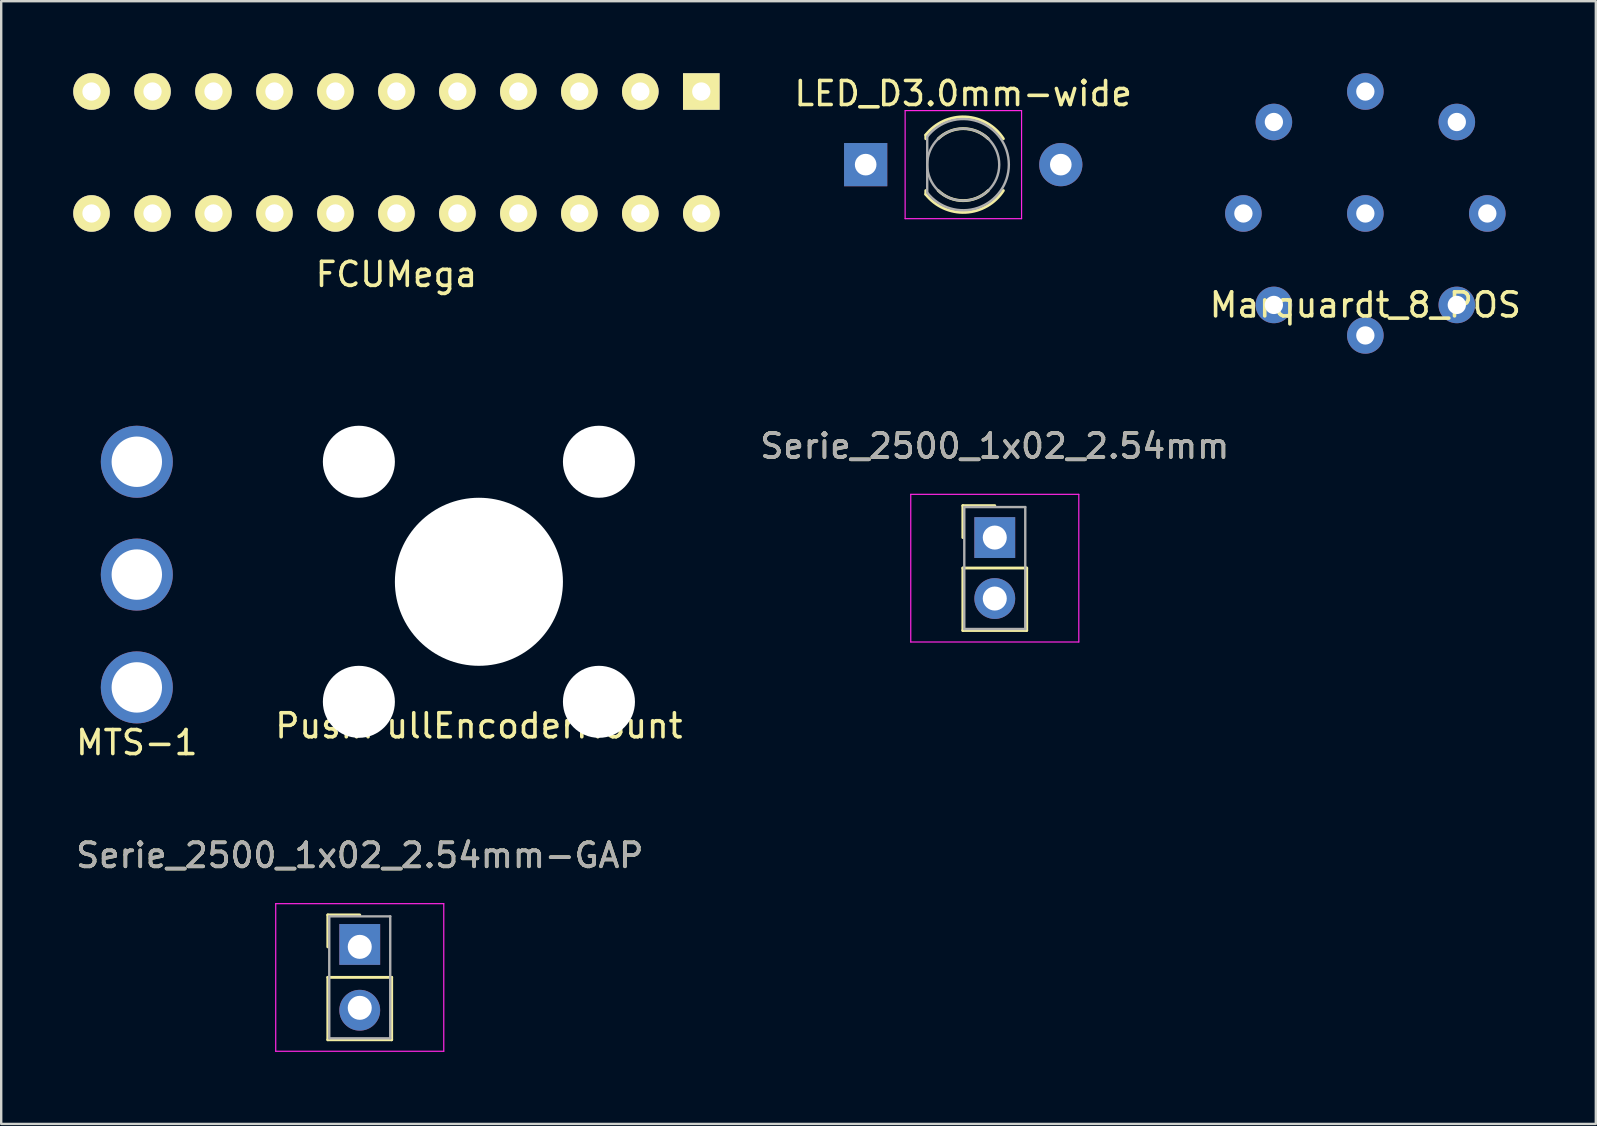
<source format=kicad_pcb>
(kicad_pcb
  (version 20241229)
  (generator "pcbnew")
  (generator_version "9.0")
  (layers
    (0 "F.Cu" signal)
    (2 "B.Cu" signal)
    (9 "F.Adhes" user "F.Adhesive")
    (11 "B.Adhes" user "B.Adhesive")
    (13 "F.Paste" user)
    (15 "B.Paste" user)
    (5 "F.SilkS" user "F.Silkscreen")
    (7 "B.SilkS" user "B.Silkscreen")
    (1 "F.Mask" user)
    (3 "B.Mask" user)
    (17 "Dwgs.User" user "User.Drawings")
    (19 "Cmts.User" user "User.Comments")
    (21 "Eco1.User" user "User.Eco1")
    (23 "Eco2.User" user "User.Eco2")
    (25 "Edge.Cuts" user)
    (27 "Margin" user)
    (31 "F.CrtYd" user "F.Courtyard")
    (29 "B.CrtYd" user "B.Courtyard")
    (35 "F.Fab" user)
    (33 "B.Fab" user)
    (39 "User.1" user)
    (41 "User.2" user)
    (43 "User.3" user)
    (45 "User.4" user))
  (footprint "Serie_2500_1x02_2.54mm-GAP"
    (layer "F.Cu")
    (at 11.935 36.391)
    (property "Reference" "Serie_2500_1x02_2.54mm-GAP" (at 0 -3.81 0) (layer "F.SilkS") (effects (font (size 1 1) (thickness 0.15))))
    (attr through_hole)
    (fp_line (start -1.33 -1.33) (end 0 -1.33) (stroke (width 0.12) (type solid)) (layer "F.SilkS"))
    (fp_line (start -1.33 0) (end -1.33 -1.33) (stroke (width 0.12) (type solid)) (layer "F.SilkS"))
    (fp_line (start -1.33 1.27) (end -1.33 3.87) (stroke (width 0.12) (type solid)) (layer "F.SilkS"))
    (fp_line (start -1.33 3.87) (end 1.33 3.87) (stroke (width 0.12) (type solid)) (layer "F.SilkS"))
    (fp_line (start 1.33 1.27) (end -1.33 1.27) (stroke (width 0.12) (type solid)) (layer "F.SilkS"))
    (fp_line (start 1.33 3.87) (end 1.33 1.27) (stroke (width 0.12) (type solid)) (layer "F.SilkS"))
    (fp_line (start -3.5 -1.8) (end -3.5 4.35) (stroke (width 0.05) (type solid)) (layer "F.CrtYd"))
    (fp_line (start -3.5 4.35) (end 3.5 4.35) (stroke (width 0.05) (type solid)) (layer "F.CrtYd"))
    (fp_line (start 3.5 -1.8) (end -3.5 -1.8) (stroke (width 0.05) (type solid)) (layer "F.CrtYd"))
    (fp_line (start 3.5 4.35) (end 3.5 -1.8) (stroke (width 0.05) (type solid)) (layer "F.CrtYd"))
    (fp_line (start -1.27 -1.27) (end -1.27 3.81) (stroke (width 0.1) (type solid)) (layer "F.Fab"))
    (fp_line (start -1.27 3.81) (end 1.27 3.81) (stroke (width 0.1) (type solid)) (layer "F.Fab"))
    (fp_line (start 1.27 -1.27) (end -1.27 -1.27) (stroke (width 0.1) (type solid)) (layer "F.Fab"))
    (fp_line (start 1.27 3.81) (end 1.27 -1.27) (stroke (width 0.1) (type solid)) (layer "F.Fab"))
    (fp_text user "${REFERENCE}" (at 0 -3.81 0) (layer "F.Fab") (effects (font (size 1 1) (thickness 0.15))))
    (pad "1" thru_hole rect (at 0 0) (size 1.7 1.7) (drill 1 (offset 0 -0.1)) (layers "*.Cu" "*.Mask"))
    (pad "2" thru_hole oval (at 0 2.54) (size 1.7 1.7) (drill 1 (offset 0 0.1)) (layers "*.Cu" "*.Mask")))
  (footprint "Serie_2500_1x02_2.54mm"
    (layer "F.Cu")
    (at 38.387 19.342)
    (property "Reference" "Serie_2500_1x02_2.54mm" (at 0 -3.81 0) (layer "F.SilkS") (effects (font (size 1 1) (thickness 0.15))))
    (attr through_hole)
    (fp_line (start -1.33 -1.33) (end 0 -1.33) (stroke (width 0.12) (type solid)) (layer "F.SilkS"))
    (fp_line (start -1.33 0) (end -1.33 -1.33) (stroke (width 0.12) (type solid)) (layer "F.SilkS"))
    (fp_line (start -1.33 1.27) (end -1.33 3.87) (stroke (width 0.12) (type solid)) (layer "F.SilkS"))
    (fp_line (start -1.33 3.87) (end 1.33 3.87) (stroke (width 0.12) (type solid)) (layer "F.SilkS"))
    (fp_line (start 1.33 1.27) (end -1.33 1.27) (stroke (width 0.12) (type solid)) (layer "F.SilkS"))
    (fp_line (start 1.33 3.87) (end 1.33 1.27) (stroke (width 0.12) (type solid)) (layer "F.SilkS"))
    (fp_line (start -3.5 -1.8) (end -3.5 4.35) (stroke (width 0.05) (type solid)) (layer "F.CrtYd"))
    (fp_line (start -3.5 4.35) (end 3.5 4.35) (stroke (width 0.05) (type solid)) (layer "F.CrtYd"))
    (fp_line (start 3.5 -1.8) (end -3.5 -1.8) (stroke (width 0.05) (type solid)) (layer "F.CrtYd"))
    (fp_line (start 3.5 4.35) (end 3.5 -1.8) (stroke (width 0.05) (type solid)) (layer "F.CrtYd"))
    (fp_line (start -1.27 -1.27) (end -1.27 3.81) (stroke (width 0.1) (type solid)) (layer "F.Fab"))
    (fp_line (start -1.27 3.81) (end 1.27 3.81) (stroke (width 0.1) (type solid)) (layer "F.Fab"))
    (fp_line (start 1.27 -1.27) (end -1.27 -1.27) (stroke (width 0.1) (type solid)) (layer "F.Fab"))
    (fp_line (start 1.27 3.81) (end 1.27 -1.27) (stroke (width 0.1) (type solid)) (layer "F.Fab"))
    (fp_text user "${REFERENCE}" (at 0 -3.81 0) (layer "F.Fab") (effects (font (size 1 1) (thickness 0.15))))
    (pad "1" thru_hole rect (at 0 0) (size 1.7 1.7) (drill 1) (layers "*.Cu" "*.Mask"))
    (pad "2" thru_hole oval (at 0 2.54) (size 1.7 1.7) (drill 1) (layers "*.Cu" "*.Mask")))
  (footprint "MTS-1"
    (layer "F.Cu")
    (at 2.649 20.884)
    (property "Reference" "MTS-1" (at 0 7 0) (layer "F.SilkS") (effects (font (size 1 1) (thickness 0.15))))
    (attr through_hole)
    (pad "1" thru_hole circle (at 0 4.7) (size 3 3) (drill 2.1) (layers "*.Cu" "*.Mask"))
    (pad "2" thru_hole circle (at 0 0) (size 3 3) (drill 2.1) (layers "*.Cu" "*.Mask"))
    (pad "3" thru_hole circle (at 0 -4.7) (size 3 3) (drill 2.1) (layers "*.Cu" "*.Mask")))
  (footprint "PushPullEncoderMount"
    (layer "F.Cu")
    (at 16.899 21.184)
    (property "Reference" "PushPullEncoderMount" (at 0 6 0) (layer "F.SilkS") (effects (font (size 1 1) (thickness 0.15))))
    (attr through_hole)
    (pad "" np_thru_hole circle (at -5 -5) (size 3 3) (drill 3) (layers "*.Cu" "*.Mask"))
    (pad "" np_thru_hole circle (at -5 5) (size 3 3) (drill 3) (layers "*.Cu" "*.Mask"))
    (pad "" np_thru_hole circle (at 0 0) (size 7 7) (drill 7) (layers "*.Cu" "*.Mask"))
    (pad "" np_thru_hole circle (at 5 -5) (size 3 3) (drill 3) (layers "*.Cu" "*.Mask"))
    (pad "" np_thru_hole circle (at 5 5) (size 3 3) (drill 3) (layers "*.Cu" "*.Mask")))
  (footprint "FCUMega"
    (layer "F.Cu")
    (at 13.462 3.302)
    (property "Reference" "FCUMega" (at 0 5.08 0) (layer "F.SilkS") (effects (font (size 1 1) (thickness 0.15))))
    (attr through_hole)
    (pad "5V" thru_hole circle (at 10.16 -2.54) (size 1.524 1.524) (drill 0.762) (layers "*.Cu" "*.Mask" "F.SilkS"))
    (pad "A8" thru_hole circle (at -5.08 2.54) (size 1.524 1.524) (drill 0.762) (layers "*.Cu" "*.Mask" "F.SilkS"))
    (pad "D2" thru_hole circle (at -10.16 -2.54) (size 1.524 1.524) (drill 0.762) (layers "*.Cu" "*.Mask" "F.SilkS"))
    (pad "D3" thru_hole circle (at -7.62 -2.54) (size 1.524 1.524) (drill 0.762) (layers "*.Cu" "*.Mask" "F.SilkS"))
    (pad "D4" thru_hole circle (at -5.08 -2.54) (size 1.524 1.524) (drill 0.762) (layers "*.Cu" "*.Mask" "F.SilkS"))
    (pad "D5" thru_hole circle (at -2.54 -2.54) (size 1.524 1.524) (drill 0.762) (layers "*.Cu" "*.Mask" "F.SilkS"))
    (pad "D6" thru_hole circle (at -2.54 2.54) (size 1.524 1.524) (drill 0.762) (layers "*.Cu" "*.Mask" "F.SilkS"))
    (pad "D7" thru_hole circle (at 10.16 2.54) (size 1.524 1.524) (drill 0.762) (layers "*.Cu" "*.Mask" "F.SilkS"))
    (pad "D9" thru_hole circle (at 5.08 -2.54) (size 1.524 1.524) (drill 0.762) (layers "*.Cu" "*.Mask" "F.SilkS"))
    (pad "D10" thru_hole circle (at 7.62 -2.54) (size 1.524 1.524) (drill 0.762) (layers "*.Cu" "*.Mask" "F.SilkS"))
    (pad "D11" thru_hole circle (at -12.7 2.54) (size 1.524 1.524) (drill 0.762) (layers "*.Cu" "*.Mask" "F.SilkS"))
    (pad "D12" thru_hole circle (at -10.16 2.54) (size 1.524 1.524) (drill 0.762) (layers "*.Cu" "*.Mask" "F.SilkS"))
    (pad "D13" thru_hole circle (at -7.62 2.54) (size 1.524 1.524) (drill 0.762) (layers "*.Cu" "*.Mask" "F.SilkS"))
    (pad "D15" thru_hole circle (at 0 2.54) (size 1.524 1.524) (drill 0.762) (layers "*.Cu" "*.Mask" "F.SilkS"))
    (pad "D18" thru_hole circle (at 0 -2.54) (size 1.524 1.524) (drill 0.762) (layers "*.Cu" "*.Mask" "F.SilkS"))
    (pad "D19" thru_hole circle (at -12.7 -2.54) (size 1.524 1.524) (drill 0.762) (layers "*.Cu" "*.Mask" "F.SilkS"))
    (pad "D20" thru_hole circle (at 2.54 2.54) (size 1.524 1.524) (drill 0.762) (layers "*.Cu" "*.Mask" "F.SilkS"))
    (pad "D21" thru_hole circle (at 5.08 2.54) (size 1.524 1.524) (drill 0.762) (layers "*.Cu" "*.Mask" "F.SilkS"))
    (pad "D40" thru_hole circle (at 7.62 2.54) (size 1.524 1.524) (drill 0.762) (layers "*.Cu" "*.Mask" "F.SilkS"))
    (pad "D51" thru_hole circle (at 2.54 -2.54) (size 1.524 1.524) (drill 0.762) (layers "*.Cu" "*.Mask" "F.SilkS"))
    (pad "D52" thru_hole circle (at 12.7 2.54) (size 1.524 1.524) (drill 0.762) (layers "*.Cu" "*.Mask" "F.SilkS"))
    (pad "GND" thru_hole rect (at 12.7 -2.54) (size 1.524 1.524) (drill 0.762) (layers "*.Cu" "*.Mask" "F.SilkS")))
  (footprint "LED_D3.0mm-wide"
    (layer "F.Cu")
    (at 37.073 3.808)
    (property "Reference" "LED_D3.0mm-wide" (at 0 -2.96 0) (layer "F.SilkS") (effects (font (size 1 1) (thickness 0.15))))
    (attr through_hole)
    (fp_line (start -1.56 -1.236) (end -1.56 -1.08) (stroke (width 0.12) (type solid)) (layer "F.SilkS"))
    (fp_line (start -1.56 1.08) (end -1.56 1.236) (stroke (width 0.12) (type solid)) (layer "F.SilkS"))
    (fp_arc (start -1.56 -1.235516) (mid 0.096487 -1.987659) (end 1.672335 -1.078608) (stroke (width 0.12) (type solid)) (layer "F.SilkS"))
    (fp_arc (start -1.040961 -1.08) (mid 0.000117 -1.5) (end 1.04113 -1.079837) (stroke (width 0.12) (type solid)) (layer "F.SilkS"))
    (fp_arc (start 1.04113 1.079837) (mid 0.000117 1.5) (end -1.040961 1.08) (stroke (width 0.12) (type solid)) (layer "F.SilkS"))
    (fp_arc (start 1.672335 1.078608) (mid 0.096487 1.987659) (end -1.56 1.235516) (stroke (width 0.12) (type solid)) (layer "F.SilkS"))
    (fp_line (start -2.42 -2.25) (end -2.42 2.25) (stroke (width 0.05) (type solid)) (layer "F.CrtYd"))
    (fp_line (start -2.42 2.25) (end 2.43 2.25) (stroke (width 0.05) (type solid)) (layer "F.CrtYd"))
    (fp_line (start 2.43 -2.25) (end -2.42 -2.25) (stroke (width 0.05) (type solid)) (layer "F.CrtYd"))
    (fp_line (start 2.43 2.25) (end 2.43 -2.25) (stroke (width 0.05) (type solid)) (layer "F.CrtYd"))
    (fp_line (start -1.5 -1.166) (end -1.5 1.166) (stroke (width 0.1) (type solid)) (layer "F.Fab"))
    (fp_arc (start -1.5 -1.16619) (mid 1.9 0.000452) (end -1.500555 1.165476) (stroke (width 0.1) (type solid)) (layer "F.Fab"))
    (fp_circle (center 0 0) (end 1.5 0) (stroke (width 0.1) (type solid)) (fill no) (layer "F.Fab"))
    (pad "1" thru_hole rect (at -4.064 0) (size 1.8 1.8) (drill 0.9) (layers "*.Cu" "*.Mask"))
    (pad "2" thru_hole circle (at 4.064 0) (size 1.8 1.8) (drill 0.9) (layers "*.Cu" "*.Mask")))
  (footprint "Marquardt_8_POS"
    (layer "F.Cu")
    (at 53.823 5.842)
    (property "Reference" "Marquardt_8_POS" (at 0 3.81 0) (layer "F.SilkS") (effects (font (size 1 1) (thickness 0.15))))
    (attr through_hole)
    (pad "1" thru_hole circle (at 0 0) (size 1.524 1.524) (drill 0.762) (layers "*.Cu" "*.Mask"))
    (pad "2" thru_hole circle (at -5.08 0) (size 1.524 1.524) (drill 0.762) (layers "*.Cu" "*.Mask"))
    (pad "3" thru_hole circle (at -3.81 -3.81) (size 1.524 1.524) (drill 0.762) (layers "*.Cu" "*.Mask"))
    (pad "4" thru_hole circle (at 0 -5.08) (size 1.524 1.524) (drill 0.762) (layers "*.Cu" "*.Mask"))
    (pad "5" thru_hole circle (at 3.81 -3.81) (size 1.524 1.524) (drill 0.762) (layers "*.Cu" "*.Mask"))
    (pad "6" thru_hole circle (at 5.08 0) (size 1.524 1.524) (drill 0.762) (layers "*.Cu" "*.Mask"))
    (pad "7" thru_hole circle (at 3.81 3.81) (size 1.524 1.524) (drill 0.762) (layers "*.Cu" "*.Mask"))
    (pad "8" thru_hole circle (at 0 5.08) (size 1.524 1.524) (drill 0.762) (layers "*.Cu" "*.Mask"))
    (pad "9" thru_hole circle (at -3.81 3.81) (size 1.524 1.524) (drill 0.762) (layers "*.Cu" "*.Mask")))
  (gr_rect
    (start -3 -3)
    (end 63.424 43.766)
    (stroke (width 0.1) (type default))
    (fill no)
    (layer "Edge.Cuts")))
</source>
